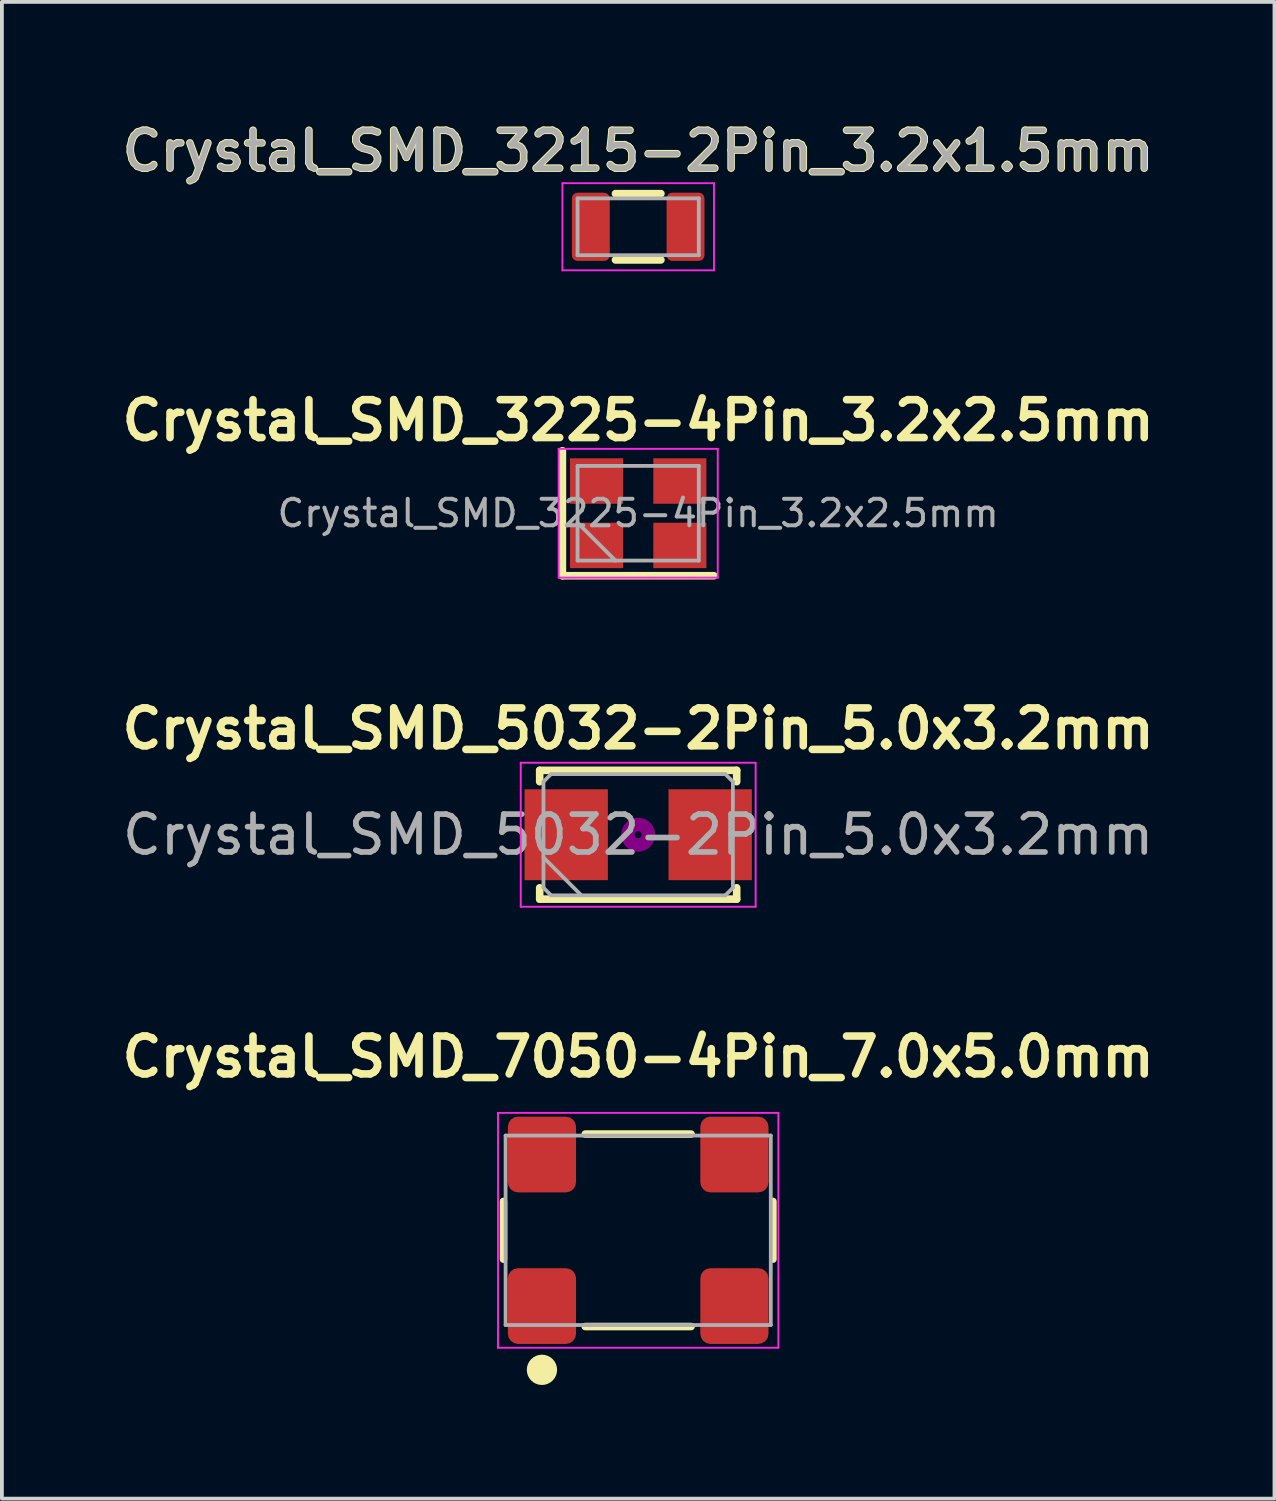
<source format=kicad_pcb>
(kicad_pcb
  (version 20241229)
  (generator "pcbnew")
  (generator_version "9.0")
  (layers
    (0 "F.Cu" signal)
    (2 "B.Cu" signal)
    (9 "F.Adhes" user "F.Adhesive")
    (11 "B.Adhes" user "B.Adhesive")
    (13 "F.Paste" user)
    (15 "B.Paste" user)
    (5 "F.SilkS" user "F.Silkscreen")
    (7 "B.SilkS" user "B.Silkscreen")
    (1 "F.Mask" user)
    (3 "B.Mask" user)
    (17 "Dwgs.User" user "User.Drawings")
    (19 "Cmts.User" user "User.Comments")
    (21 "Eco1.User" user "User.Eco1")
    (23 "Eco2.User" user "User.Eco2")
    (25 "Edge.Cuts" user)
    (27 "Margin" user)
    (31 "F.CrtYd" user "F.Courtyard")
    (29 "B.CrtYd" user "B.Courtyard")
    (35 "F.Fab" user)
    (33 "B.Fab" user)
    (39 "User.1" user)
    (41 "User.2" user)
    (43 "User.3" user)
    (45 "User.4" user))
  (footprint "Crystal_SMD_3215-2Pin_3.2x1.5mm"
    (layer "F.Cu")
    (at 13.795 2.936)
    (property "Reference" "Crystal_SMD_3215-2Pin_3.2x1.5mm" (at 0 -2 0) (layer "F.SilkS") (effects (font (size 1 1) (thickness 0.2))))
    (attr smd)
    (fp_line (start -0.6 -0.875) (end 0.6 -0.875) (stroke (width 0.2) (type solid)) (layer "F.SilkS"))
    (fp_line (start -0.6 0.875) (end 0.6 0.875) (stroke (width 0.2) (type solid)) (layer "F.SilkS"))
    (fp_line (start -2 -1.15) (end -2 1.15) (stroke (width 0.05) (type solid)) (layer "F.CrtYd"))
    (fp_line (start -2 -1.15) (end 2 -1.15) (stroke (width 0.05) (type solid)) (layer "F.CrtYd"))
    (fp_line (start -2 1.15) (end 2 1.15) (stroke (width 0.05) (type solid)) (layer "F.CrtYd"))
    (fp_line (start 2 -1.15) (end 2 1.15) (stroke (width 0.05) (type solid)) (layer "F.CrtYd"))
    (fp_line (start -1.6 -0.75) (end -1.6 0.75) (stroke (width 0.1) (type solid)) (layer "F.Fab"))
    (fp_line (start -1.6 -0.75) (end 1.6 -0.75) (stroke (width 0.1) (type solid)) (layer "F.Fab"))
    (fp_line (start -1.6 0.75) (end 1.6 0.75) (stroke (width 0.1) (type solid)) (layer "F.Fab"))
    (fp_line (start 1.6 -0.75) (end 1.6 0.75) (stroke (width 0.1) (type solid)) (layer "F.Fab"))
    (fp_text user "${REFERENCE}" (at 0 -2 0) (layer "F.Fab") (effects (font (size 1 1) (thickness 0.15))))
    (pad "1" smd roundrect (at 1.25 0) (size 1 1.8) (layers "F.Cu" "F.Mask" "F.Paste") (roundrect_rratio 0.15))
    (pad "2" smd roundrect (at -1.25 0) (size 1 1.8) (layers "F.Cu" "F.Mask" "F.Paste") (roundrect_rratio 0.15)))
  (footprint "Crystal_SMD_5032-2Pin_5.0x3.2mm"
    (layer "F.Cu")
    (at 13.795 18.983)
    (property "Reference" "Crystal_SMD_5032-2Pin_5.0x3.2mm" (at 0 -2.8 0) (layer "F.SilkS") (effects (font (size 1 1) (thickness 0.2))))
    (attr smd)
    (fp_line (start -2.6 -1.7) (end 2.6 -1.7) (stroke (width 0.2) (type solid)) (layer "F.SilkS"))
    (fp_line (start -2.6 -1.4) (end -2.6 -1.7) (stroke (width 0.2) (type solid)) (layer "F.SilkS"))
    (fp_line (start -2.6 1.4) (end -2.6 1.7) (stroke (width 0.2) (type solid)) (layer "F.SilkS"))
    (fp_line (start -2.6 1.7) (end 2.6 1.7) (stroke (width 0.2) (type solid)) (layer "F.SilkS"))
    (fp_line (start 2.6 -1.7) (end 2.6 -1.4) (stroke (width 0.2) (type solid)) (layer "F.SilkS"))
    (fp_line (start 2.6 1.7) (end 2.6 1.4) (stroke (width 0.2) (type solid)) (layer "F.SilkS"))
    (fp_circle (center 0 0) (end 0.093 0) (stroke (width 0.187) (type solid)) (fill no) (layer "F.Adhes"))
    (fp_circle (center 0 0) (end 0.213 0) (stroke (width 0.133) (type solid)) (fill no) (layer "F.Adhes"))
    (fp_circle (center 0 0) (end 0.333 0) (stroke (width 0.133) (type solid)) (fill no) (layer "F.Adhes"))
    (fp_circle (center 0 0) (end 0.4 0) (stroke (width 0.1) (type solid)) (fill no) (layer "F.Adhes"))
    (fp_line (start -3.1 -1.9) (end -3.1 1.9) (stroke (width 0.05) (type solid)) (layer "F.CrtYd"))
    (fp_line (start -3.1 1.9) (end 3.1 1.9) (stroke (width 0.05) (type solid)) (layer "F.CrtYd"))
    (fp_line (start 3.1 -1.9) (end -3.1 -1.9) (stroke (width 0.05) (type solid)) (layer "F.CrtYd"))
    (fp_line (start 3.1 1.9) (end 3.1 -1.9) (stroke (width 0.05) (type solid)) (layer "F.CrtYd"))
    (fp_line (start -2.5 -1.4) (end -2.3 -1.6) (stroke (width 0.1) (type solid)) (layer "F.Fab"))
    (fp_line (start -2.5 0.6) (end -1.5 1.6) (stroke (width 0.1) (type solid)) (layer "F.Fab"))
    (fp_line (start -2.5 1.4) (end -2.5 -1.4) (stroke (width 0.1) (type solid)) (layer "F.Fab"))
    (fp_line (start -2.3 -1.6) (end 2.3 -1.6) (stroke (width 0.1) (type solid)) (layer "F.Fab"))
    (fp_line (start -2.3 1.6) (end -2.5 1.4) (stroke (width 0.1) (type solid)) (layer "F.Fab"))
    (fp_line (start 2.3 -1.6) (end 2.5 -1.4) (stroke (width 0.1) (type solid)) (layer "F.Fab"))
    (fp_line (start 2.3 1.6) (end -2.3 1.6) (stroke (width 0.1) (type solid)) (layer "F.Fab"))
    (fp_line (start 2.5 -1.4) (end 2.5 1.4) (stroke (width 0.1) (type solid)) (layer "F.Fab"))
    (fp_line (start 2.5 1.4) (end 2.3 1.6) (stroke (width 0.1) (type solid)) (layer "F.Fab"))
    (fp_text user "${REFERENCE}" (at 0 0 0) (layer "F.Fab") (effects (font (size 1 1) (thickness 0.15))))
    (pad "1" smd rect (at -1.9 0) (size 2.2 2.4) (layers "F.Cu" "F.Mask" "F.Paste"))
    (pad "2" smd rect (at 1.9 0) (size 2.2 2.4) (layers "F.Cu" "F.Mask" "F.Paste")))
  (footprint "Crystal_SMD_3225-4Pin_3.2x2.5mm"
    (layer "F.Cu")
    (at 13.795 10.497)
    (property "Reference" "Crystal_SMD_3225-4Pin_3.2x2.5mm" (at 0 -2.45 0) (layer "F.SilkS") (effects (font (size 1 1) (thickness 0.2))))
    (attr smd)
    (fp_line (start -2 -1.65) (end -2 1.65) (stroke (width 0.2) (type solid)) (layer "F.SilkS"))
    (fp_line (start -2 1.65) (end 2 1.65) (stroke (width 0.2) (type solid)) (layer "F.SilkS"))
    (fp_line (start -2.1 -1.7) (end -2.1 1.7) (stroke (width 0.05) (type solid)) (layer "F.CrtYd"))
    (fp_line (start -2.1 1.7) (end 2.1 1.7) (stroke (width 0.05) (type solid)) (layer "F.CrtYd"))
    (fp_line (start 2.1 -1.7) (end -2.1 -1.7) (stroke (width 0.05) (type solid)) (layer "F.CrtYd"))
    (fp_line (start 2.1 1.7) (end 2.1 -1.7) (stroke (width 0.05) (type solid)) (layer "F.CrtYd"))
    (fp_line (start -1.6 -1.25) (end -1.6 1.25) (stroke (width 0.1) (type solid)) (layer "F.Fab"))
    (fp_line (start -1.6 0.25) (end -0.6 1.25) (stroke (width 0.1) (type solid)) (layer "F.Fab"))
    (fp_line (start -1.6 1.25) (end 1.6 1.25) (stroke (width 0.1) (type solid)) (layer "F.Fab"))
    (fp_line (start 1.6 -1.25) (end -1.6 -1.25) (stroke (width 0.1) (type solid)) (layer "F.Fab"))
    (fp_line (start 1.6 1.25) (end 1.6 -1.25) (stroke (width 0.1) (type solid)) (layer "F.Fab"))
    (fp_text user "${REFERENCE}" (at 0 0 0) (layer "F.Fab") (effects (font (size 0.7 0.7) (thickness 0.105))))
    (pad "1" smd rect (at -1.1 0.85) (size 1.4 1.2) (layers "F.Cu" "F.Mask" "F.Paste"))
    (pad "2" smd rect (at 1.1 0.85) (size 1.4 1.2) (layers "F.Cu" "F.Mask" "F.Paste"))
    (pad "3" smd rect (at 1.1 -0.85) (size 1.4 1.2) (layers "F.Cu" "F.Mask" "F.Paste"))
    (pad "4" smd rect (at -1.1 -0.85) (size 1.4 1.2) (layers "F.Cu" "F.Mask" "F.Paste")))
  (footprint "Crystal_SMD_7050-4Pin_7.0x5.0mm"
    (layer "F.Cu")
    (at 13.795 29.424)
    (property "Reference" "Crystal_SMD_7050-4Pin_7.0x5.0mm" (at 0 -4.58 0) (layer "F.SilkS") (effects (font (size 1 1) (thickness 0.2))))
    (attr through_hole)
    (fp_line (start -3.556 -0.762) (end -3.556 0.762) (stroke (width 0.2) (type solid)) (layer "F.SilkS"))
    (fp_line (start -1.397 -2.54) (end 1.397 -2.54) (stroke (width 0.2) (type solid)) (layer "F.SilkS"))
    (fp_line (start -1.397 2.54) (end 1.397 2.54) (stroke (width 0.2) (type solid)) (layer "F.SilkS"))
    (fp_line (start 3.556 -0.762) (end 3.556 0.762) (stroke (width 0.2) (type solid)) (layer "F.SilkS"))
    (fp_circle (center -2.54 3.683) (end -2.34 3.683) (stroke (width 0.4) (type solid)) (fill no) (layer "F.SilkS"))
    (fp_line (start -3.7 -3.1) (end 3.7 -3.1) (stroke (width 0.05) (type solid)) (layer "F.CrtYd"))
    (fp_line (start -3.7 3.1) (end -3.7 -3.1) (stroke (width 0.05) (type solid)) (layer "F.CrtYd"))
    (fp_line (start 3.7 -3.1) (end 3.7 3.1) (stroke (width 0.05) (type solid)) (layer "F.CrtYd"))
    (fp_line (start 3.7 3.1) (end -3.7 3.1) (stroke (width 0.05) (type solid)) (layer "F.CrtYd"))
    (fp_line (start -3.5 -2.5) (end 3.5 -2.5) (stroke (width 0.1) (type solid)) (layer "F.Fab"))
    (fp_line (start -3.5 2.5) (end -3.5 -2.5) (stroke (width 0.1) (type solid)) (layer "F.Fab"))
    (fp_line (start 3.5 -2.5) (end 3.5 2.5) (stroke (width 0.1) (type solid)) (layer "F.Fab"))
    (fp_line (start 3.5 2.5) (end -3.5 2.5) (stroke (width 0.1) (type solid)) (layer "F.Fab"))
    (pad "1" smd roundrect (at -2.54 2) (size 1.8 2) (layers "F.Cu" "F.Mask" "F.Paste") (roundrect_rratio 0.15))
    (pad "2" smd roundrect (at 2.54 2) (size 1.8 2) (layers "F.Cu" "F.Mask" "F.Paste") (roundrect_rratio 0.15))
    (pad "3" smd roundrect (at 2.54 -2) (size 1.8 2) (layers "F.Cu" "F.Mask" "F.Paste") (roundrect_rratio 0.15))
    (pad "4" smd roundrect (at -2.54 -2) (size 1.8 2) (layers "F.Cu" "F.Mask" "F.Paste") (roundrect_rratio 0.15)))
  (gr_rect
    (start -3 -3)
    (end 30.59 36.507)
    (stroke (width 0.1) (type default))
    (fill no)
    (layer "Edge.Cuts")))
</source>
